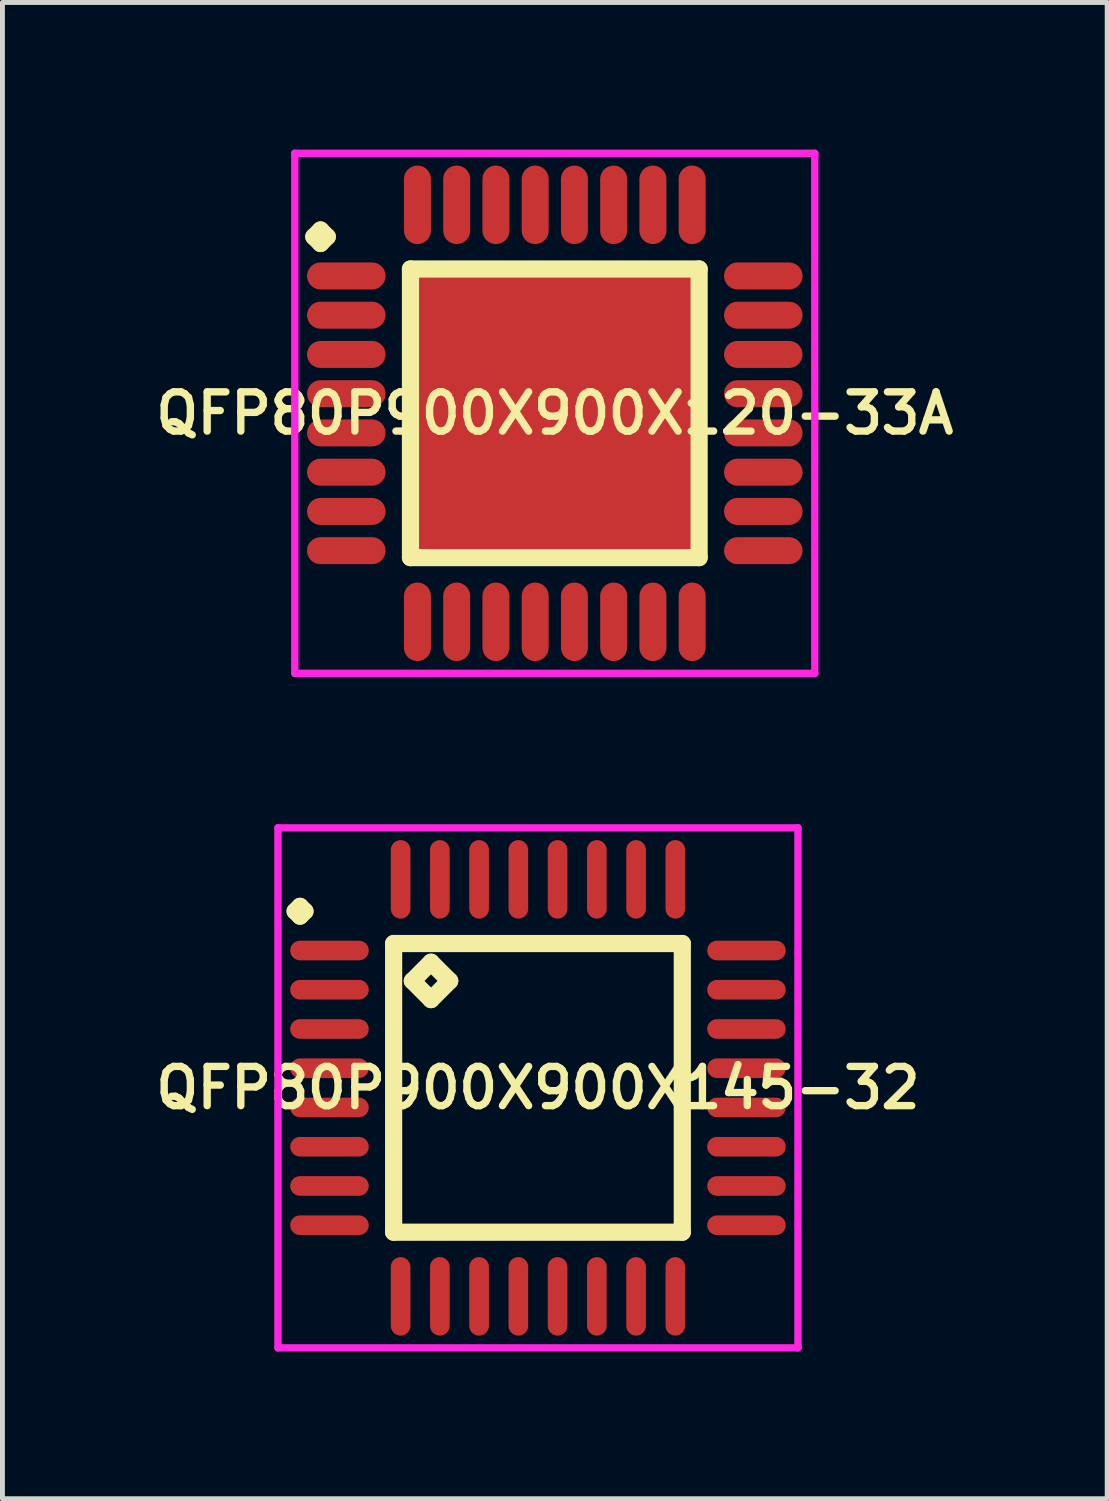
<source format=kicad_pcb>
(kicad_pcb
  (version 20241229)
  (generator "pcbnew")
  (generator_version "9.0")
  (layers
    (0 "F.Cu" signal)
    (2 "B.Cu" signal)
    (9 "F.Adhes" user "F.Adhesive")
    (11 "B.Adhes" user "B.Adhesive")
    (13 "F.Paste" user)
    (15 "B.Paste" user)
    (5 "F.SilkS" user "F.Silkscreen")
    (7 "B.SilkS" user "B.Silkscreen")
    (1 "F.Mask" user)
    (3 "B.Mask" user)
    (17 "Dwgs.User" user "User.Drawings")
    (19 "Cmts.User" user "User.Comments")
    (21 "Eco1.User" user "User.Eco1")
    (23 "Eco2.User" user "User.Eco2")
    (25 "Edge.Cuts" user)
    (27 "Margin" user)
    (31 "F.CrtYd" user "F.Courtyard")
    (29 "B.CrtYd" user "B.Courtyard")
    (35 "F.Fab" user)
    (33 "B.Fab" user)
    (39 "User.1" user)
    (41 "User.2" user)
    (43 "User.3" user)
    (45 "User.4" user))
  (footprint "QFP80P900X900X145-32"
    (layer "F.Cu")
    (at 7.916 19.125)
    (property "Reference" "QFP80P900X900X145-32" (at 0 0 0) (layer "F.SilkS") (effects (font (size 0.8 0.8) (thickness 0.15))))
    (attr smd)
    (fp_line (start -4.95 -3.6) (end -4.85 -3.7) (stroke (width 0.35) (type solid)) (layer "F.SilkS"))
    (fp_line (start -4.85 -3.7) (end -4.75 -3.6) (stroke (width 0.35) (type solid)) (layer "F.SilkS"))
    (fp_line (start -4.85 -3.5) (end -4.95 -3.6) (stroke (width 0.35) (type solid)) (layer "F.SilkS"))
    (fp_line (start -4.75 -3.6) (end -4.85 -3.5) (stroke (width 0.35) (type solid)) (layer "F.SilkS"))
    (fp_line (start -2.942 -2.942) (end -2.942 2.942) (stroke (width 0.35) (type solid)) (layer "F.SilkS"))
    (fp_line (start -2.942 2.942) (end 2.942 2.942) (stroke (width 0.35) (type solid)) (layer "F.SilkS"))
    (fp_line (start -2.561 -2.18) (end -2.18 -2.561) (stroke (width 0.35) (type solid)) (layer "F.SilkS"))
    (fp_line (start -2.18 -2.561) (end -1.799 -2.18) (stroke (width 0.35) (type solid)) (layer "F.SilkS"))
    (fp_line (start -2.18 -1.799) (end -2.561 -2.18) (stroke (width 0.35) (type solid)) (layer "F.SilkS"))
    (fp_line (start -1.799 -2.18) (end -2.18 -1.799) (stroke (width 0.35) (type solid)) (layer "F.SilkS"))
    (fp_line (start 2.942 -2.942) (end -2.942 -2.942) (stroke (width 0.35) (type solid)) (layer "F.SilkS"))
    (fp_line (start 2.942 2.942) (end 2.942 -2.942) (stroke (width 0.35) (type solid)) (layer "F.SilkS"))
    (fp_line (start -5.3 -5.3) (end 5.3 -5.3) (stroke (width 0.15) (type solid)) (layer "F.CrtYd"))
    (fp_line (start -5.3 5.3) (end -5.3 -5.3) (stroke (width 0.15) (type solid)) (layer "F.CrtYd"))
    (fp_line (start 5.3 -5.3) (end 5.3 5.3) (stroke (width 0.15) (type solid)) (layer "F.CrtYd"))
    (fp_line (start 5.3 5.3) (end -5.3 5.3) (stroke (width 0.15) (type solid)) (layer "F.CrtYd"))
    (pad "1" smd oval (at -4.25 -2.8) (size 1.6 0.4) (layers "F.Cu" "F.Mask" "F.Paste"))
    (pad "2" smd oval (at -4.25 -2) (size 1.6 0.4) (layers "F.Cu" "F.Mask" "F.Paste"))
    (pad "3" smd oval (at -4.25 -1.2) (size 1.6 0.4) (layers "F.Cu" "F.Mask" "F.Paste"))
    (pad "4" smd oval (at -4.25 -0.4) (size 1.6 0.4) (layers "F.Cu" "F.Mask" "F.Paste"))
    (pad "5" smd oval (at -4.25 0.4) (size 1.6 0.4) (layers "F.Cu" "F.Mask" "F.Paste"))
    (pad "6" smd oval (at -4.25 1.2) (size 1.6 0.4) (layers "F.Cu" "F.Mask" "F.Paste"))
    (pad "7" smd oval (at -4.25 2) (size 1.6 0.4) (layers "F.Cu" "F.Mask" "F.Paste"))
    (pad "8" smd oval (at -4.25 2.8) (size 1.6 0.4) (layers "F.Cu" "F.Mask" "F.Paste"))
    (pad "9" smd oval (at -2.8 4.25) (size 0.4 1.6) (layers "F.Cu" "F.Mask" "F.Paste"))
    (pad "10" smd oval (at -2 4.25) (size 0.4 1.6) (layers "F.Cu" "F.Mask" "F.Paste"))
    (pad "11" smd oval (at -1.2 4.25) (size 0.4 1.6) (layers "F.Cu" "F.Mask" "F.Paste"))
    (pad "12" smd oval (at -0.4 4.25) (size 0.4 1.6) (layers "F.Cu" "F.Mask" "F.Paste"))
    (pad "13" smd oval (at 0.4 4.25) (size 0.4 1.6) (layers "F.Cu" "F.Mask" "F.Paste"))
    (pad "14" smd oval (at 1.2 4.25) (size 0.4 1.6) (layers "F.Cu" "F.Mask" "F.Paste"))
    (pad "15" smd oval (at 2 4.25) (size 0.4 1.6) (layers "F.Cu" "F.Mask" "F.Paste"))
    (pad "16" smd oval (at 2.8 4.25) (size 0.4 1.6) (layers "F.Cu" "F.Mask" "F.Paste"))
    (pad "17" smd oval (at 4.25 2.8) (size 1.6 0.4) (layers "F.Cu" "F.Mask" "F.Paste"))
    (pad "18" smd oval (at 4.25 2) (size 1.6 0.4) (layers "F.Cu" "F.Mask" "F.Paste"))
    (pad "19" smd oval (at 4.25 1.2) (size 1.6 0.4) (layers "F.Cu" "F.Mask" "F.Paste"))
    (pad "20" smd oval (at 4.25 0.4) (size 1.6 0.4) (layers "F.Cu" "F.Mask" "F.Paste"))
    (pad "21" smd oval (at 4.25 -0.4) (size 1.6 0.4) (layers "F.Cu" "F.Mask" "F.Paste"))
    (pad "22" smd oval (at 4.25 -1.2) (size 1.6 0.4) (layers "F.Cu" "F.Mask" "F.Paste"))
    (pad "23" smd oval (at 4.25 -2) (size 1.6 0.4) (layers "F.Cu" "F.Mask" "F.Paste"))
    (pad "24" smd oval (at 4.25 -2.8) (size 1.6 0.4) (layers "F.Cu" "F.Mask" "F.Paste"))
    (pad "25" smd oval (at 2.8 -4.25) (size 0.4 1.6) (layers "F.Cu" "F.Mask" "F.Paste"))
    (pad "26" smd oval (at 2 -4.25) (size 0.4 1.6) (layers "F.Cu" "F.Mask" "F.Paste"))
    (pad "27" smd oval (at 1.2 -4.25) (size 0.4 1.6) (layers "F.Cu" "F.Mask" "F.Paste"))
    (pad "28" smd oval (at 0.4 -4.25) (size 0.4 1.6) (layers "F.Cu" "F.Mask" "F.Paste"))
    (pad "29" smd oval (at -0.4 -4.25) (size 0.4 1.6) (layers "F.Cu" "F.Mask" "F.Paste"))
    (pad "30" smd oval (at -1.2 -4.25) (size 0.4 1.6) (layers "F.Cu" "F.Mask" "F.Paste"))
    (pad "31" smd oval (at -2 -4.25) (size 0.4 1.6) (layers "F.Cu" "F.Mask" "F.Paste"))
    (pad "32" smd oval (at -2.8 -4.25) (size 0.4 1.6) (layers "F.Cu" "F.Mask" "F.Paste")))
  (footprint "QFP80P900X900X120-33A"
    (layer "F.Cu")
    (at 8.259 5.375)
    (property "Reference" "QFP80P900X900X120-33A" (at 0 0 0) (layer "F.SilkS") (effects (font (size 0.8 0.8) (thickness 0.15))))
    (attr smd)
    (fp_line (start -4.912 -3.6) (end -4.775 -3.737) (stroke (width 0.35) (type solid)) (layer "F.SilkS"))
    (fp_line (start -4.775 -3.737) (end -4.638 -3.6) (stroke (width 0.35) (type solid)) (layer "F.SilkS"))
    (fp_line (start -4.775 -3.462) (end -4.912 -3.6) (stroke (width 0.35) (type solid)) (layer "F.SilkS"))
    (fp_line (start -4.638 -3.6) (end -4.775 -3.462) (stroke (width 0.35) (type solid)) (layer "F.SilkS"))
    (fp_line (start -2.942 -2.942) (end -2.942 2.942) (stroke (width 0.35) (type solid)) (layer "F.SilkS"))
    (fp_line (start -2.942 2.942) (end 2.942 2.942) (stroke (width 0.35) (type solid)) (layer "F.SilkS"))
    (fp_line (start 2.942 -2.942) (end -2.942 -2.942) (stroke (width 0.35) (type solid)) (layer "F.SilkS"))
    (fp_line (start 2.942 2.942) (end 2.942 -2.942) (stroke (width 0.35) (type solid)) (layer "F.SilkS"))
    (fp_line (start -5.3 -5.3) (end 5.3 -5.3) (stroke (width 0.15) (type solid)) (layer "F.CrtYd"))
    (fp_line (start -5.3 5.3) (end -5.3 -5.3) (stroke (width 0.15) (type solid)) (layer "F.CrtYd"))
    (fp_line (start 5.3 -5.3) (end 5.3 5.3) (stroke (width 0.15) (type solid)) (layer "F.CrtYd"))
    (fp_line (start 5.3 5.3) (end -5.3 5.3) (stroke (width 0.15) (type solid)) (layer "F.CrtYd"))
    (pad "1" smd oval (at -4.25 -2.8) (size 1.6 0.55) (layers "F.Cu" "F.Mask" "F.Paste"))
    (pad "2" smd oval (at -4.25 -2) (size 1.6 0.55) (layers "F.Cu" "F.Mask" "F.Paste"))
    (pad "3" smd oval (at -4.25 -1.2) (size 1.6 0.55) (layers "F.Cu" "F.Mask" "F.Paste"))
    (pad "4" smd oval (at -4.25 -0.4) (size 1.6 0.55) (layers "F.Cu" "F.Mask" "F.Paste"))
    (pad "5" smd oval (at -4.25 0.4) (size 1.6 0.55) (layers "F.Cu" "F.Mask" "F.Paste"))
    (pad "6" smd oval (at -4.25 1.2) (size 1.6 0.55) (layers "F.Cu" "F.Mask" "F.Paste"))
    (pad "7" smd oval (at -4.25 2) (size 1.6 0.55) (layers "F.Cu" "F.Mask" "F.Paste"))
    (pad "8" smd oval (at -4.25 2.8) (size 1.6 0.55) (layers "F.Cu" "F.Mask" "F.Paste"))
    (pad "9" smd oval (at -2.8 4.25) (size 0.55 1.6) (layers "F.Cu" "F.Mask" "F.Paste"))
    (pad "10" smd oval (at -2 4.25) (size 0.55 1.6) (layers "F.Cu" "F.Mask" "F.Paste"))
    (pad "11" smd oval (at -1.2 4.25) (size 0.55 1.6) (layers "F.Cu" "F.Mask" "F.Paste"))
    (pad "12" smd oval (at -0.4 4.25) (size 0.55 1.6) (layers "F.Cu" "F.Mask" "F.Paste"))
    (pad "13" smd oval (at 0.4 4.25) (size 0.55 1.6) (layers "F.Cu" "F.Mask" "F.Paste"))
    (pad "14" smd oval (at 1.2 4.25) (size 0.55 1.6) (layers "F.Cu" "F.Mask" "F.Paste"))
    (pad "15" smd oval (at 2 4.25) (size 0.55 1.6) (layers "F.Cu" "F.Mask" "F.Paste"))
    (pad "16" smd oval (at 2.8 4.25) (size 0.55 1.6) (layers "F.Cu" "F.Mask" "F.Paste"))
    (pad "17" smd oval (at 4.25 2.8) (size 1.6 0.55) (layers "F.Cu" "F.Mask" "F.Paste"))
    (pad "18" smd oval (at 4.25 2) (size 1.6 0.55) (layers "F.Cu" "F.Mask" "F.Paste"))
    (pad "19" smd oval (at 4.25 1.2) (size 1.6 0.55) (layers "F.Cu" "F.Mask" "F.Paste"))
    (pad "20" smd oval (at 4.25 0.4) (size 1.6 0.55) (layers "F.Cu" "F.Mask" "F.Paste"))
    (pad "21" smd oval (at 4.25 -0.4) (size 1.6 0.55) (layers "F.Cu" "F.Mask" "F.Paste"))
    (pad "22" smd oval (at 4.25 -1.2) (size 1.6 0.55) (layers "F.Cu" "F.Mask" "F.Paste"))
    (pad "23" smd oval (at 4.25 -2) (size 1.6 0.55) (layers "F.Cu" "F.Mask" "F.Paste"))
    (pad "24" smd oval (at 4.25 -2.8) (size 1.6 0.55) (layers "F.Cu" "F.Mask" "F.Paste"))
    (pad "25" smd oval (at 2.8 -4.25) (size 0.55 1.6) (layers "F.Cu" "F.Mask" "F.Paste"))
    (pad "26" smd oval (at 2 -4.25) (size 0.55 1.6) (layers "F.Cu" "F.Mask" "F.Paste"))
    (pad "27" smd oval (at 1.2 -4.25) (size 0.55 1.6) (layers "F.Cu" "F.Mask" "F.Paste"))
    (pad "28" smd oval (at 0.4 -4.25) (size 0.55 1.6) (layers "F.Cu" "F.Mask" "F.Paste"))
    (pad "29" smd oval (at -0.4 -4.25) (size 0.55 1.6) (layers "F.Cu" "F.Mask" "F.Paste"))
    (pad "30" smd oval (at -1.2 -4.25) (size 0.55 1.6) (layers "F.Cu" "F.Mask" "F.Paste"))
    (pad "31" smd oval (at -2 -4.25) (size 0.55 1.6) (layers "F.Cu" "F.Mask" "F.Paste"))
    (pad "32" smd oval (at -2.8 -4.25) (size 0.55 1.6) (layers "F.Cu" "F.Mask" "F.Paste"))
    (pad "33" smd rect (at 0 0) (size 6 6) (layers "F.Cu" "F.Mask" "F.Paste")))
  (gr_rect
    (start -3 -3)
    (end 19.519 27.5)
    (stroke (width 0.1) (type default))
    (fill no)
    (layer "Edge.Cuts")))
</source>
